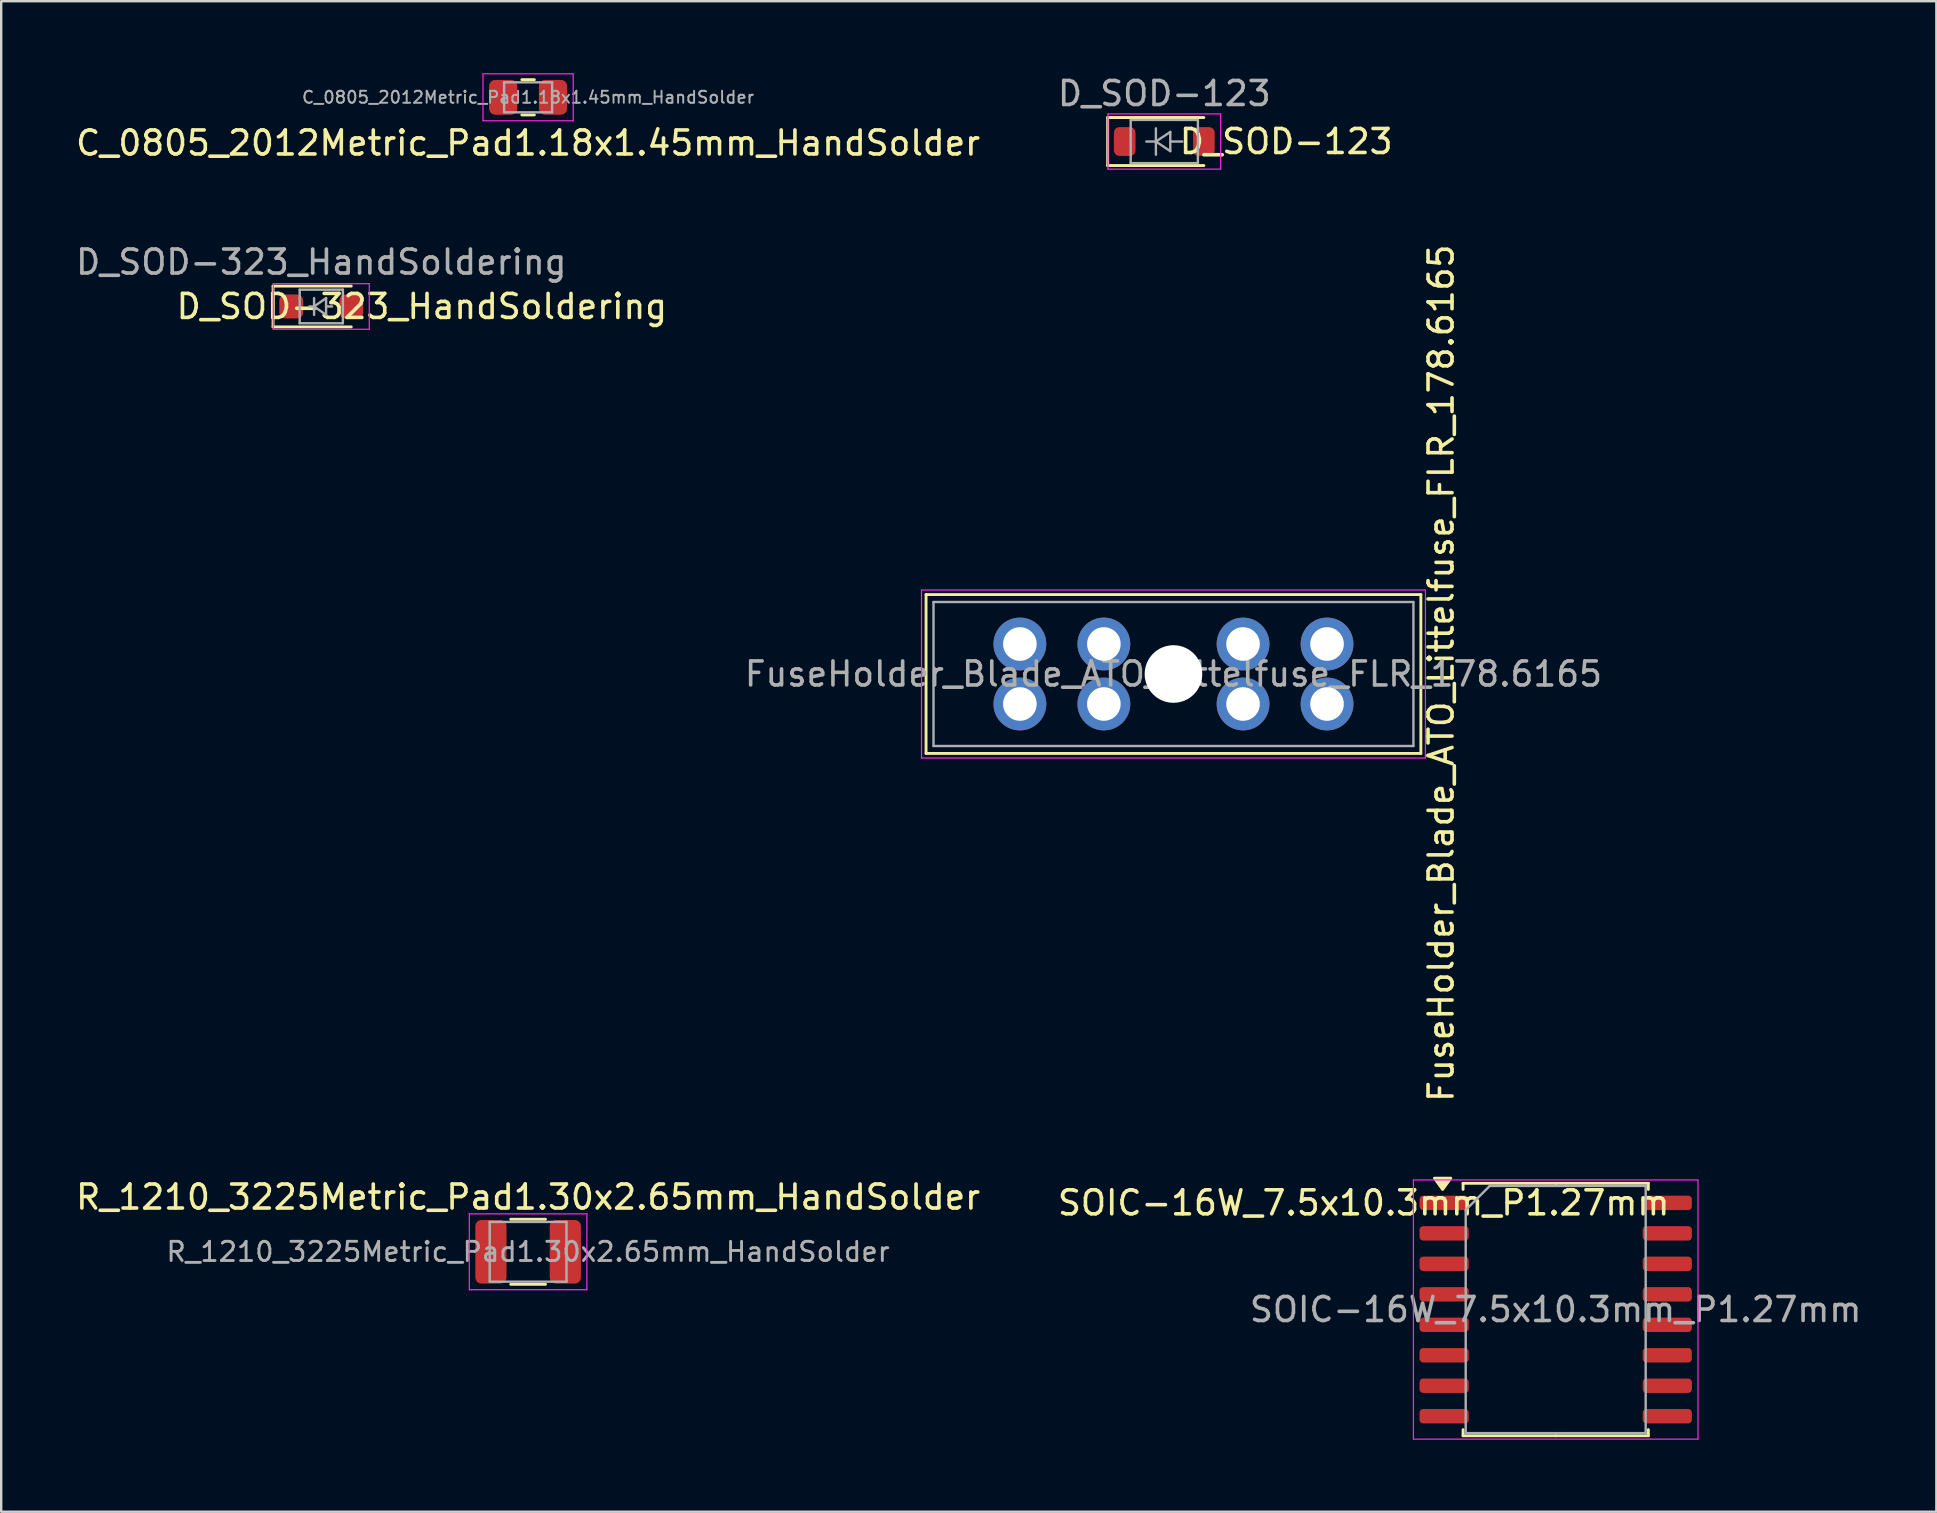
<source format=kicad_pcb>
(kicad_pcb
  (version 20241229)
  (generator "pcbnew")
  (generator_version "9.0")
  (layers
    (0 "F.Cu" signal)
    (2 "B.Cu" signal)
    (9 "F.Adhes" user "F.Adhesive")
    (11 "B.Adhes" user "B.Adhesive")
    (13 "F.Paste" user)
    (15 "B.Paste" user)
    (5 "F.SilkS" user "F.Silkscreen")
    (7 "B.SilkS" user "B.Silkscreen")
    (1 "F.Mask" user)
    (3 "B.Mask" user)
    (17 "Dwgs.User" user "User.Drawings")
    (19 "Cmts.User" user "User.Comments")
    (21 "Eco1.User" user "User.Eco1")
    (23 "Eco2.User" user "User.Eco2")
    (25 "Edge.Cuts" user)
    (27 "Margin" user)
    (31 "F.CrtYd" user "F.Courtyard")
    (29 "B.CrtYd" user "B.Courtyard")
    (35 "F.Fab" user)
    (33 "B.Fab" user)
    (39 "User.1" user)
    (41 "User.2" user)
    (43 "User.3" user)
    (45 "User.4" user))
  (footprint "R_1210_3225Metric_Pad1.30x2.65mm_HandSolder"
    (layer "F.Cu")
    (at 18.958 49.116)
    (property "Reference" "R_1210_3225Metric_Pad1.30x2.65mm_HandSolder" (at 0 -2.28 0) (layer "F.SilkS") (effects (font (size 1 1) (thickness 0.15))))
    (attr smd)
    (fp_line (start -0.724 -1.355) (end 0.724 -1.355) (stroke (width 0.12) (type solid)) (layer "F.SilkS"))
    (fp_line (start -0.724 1.355) (end 0.724 1.355) (stroke (width 0.12) (type solid)) (layer "F.SilkS"))
    (fp_line (start -2.45 -1.58) (end 2.45 -1.58) (stroke (width 0.05) (type solid)) (layer "F.CrtYd"))
    (fp_line (start -2.45 1.58) (end -2.45 -1.58) (stroke (width 0.05) (type solid)) (layer "F.CrtYd"))
    (fp_line (start 2.45 -1.58) (end 2.45 1.58) (stroke (width 0.05) (type solid)) (layer "F.CrtYd"))
    (fp_line (start 2.45 1.58) (end -2.45 1.58) (stroke (width 0.05) (type solid)) (layer "F.CrtYd"))
    (fp_line (start -1.6 -1.245) (end 1.6 -1.245) (stroke (width 0.1) (type solid)) (layer "F.Fab"))
    (fp_line (start -1.6 1.245) (end -1.6 -1.245) (stroke (width 0.1) (type solid)) (layer "F.Fab"))
    (fp_line (start 1.6 -1.245) (end 1.6 1.245) (stroke (width 0.1) (type solid)) (layer "F.Fab"))
    (fp_line (start 1.6 1.245) (end -1.6 1.245) (stroke (width 0.1) (type solid)) (layer "F.Fab"))
    (fp_text user "${REFERENCE}" (at 0 0 0) (layer "F.Fab") (effects (font (size 0.8 0.8) (thickness 0.12))))
    (pad "1" smd roundrect (at -1.55 0) (size 1.3 2.65) (layers "F.Cu" "F.Mask" "F.Paste") (roundrect_rratio 0.192))
    (pad "2" smd roundrect (at 1.55 0) (size 1.3 2.65) (layers "F.Cu" "F.Mask" "F.Paste") (roundrect_rratio 0.192)))
  (footprint "C_0805_2012Metric_Pad1.18x1.45mm_HandSolder"
    (layer "F.Cu")
    (at 18.958 1.005)
    (property "Reference" "C_0805_2012Metric_Pad1.18x1.45mm_HandSolder" (at 0 1.905 0) (layer "F.SilkS") (effects (font (size 1 1) (thickness 0.15))))
    (attr smd)
    (fp_line (start -0.261 -0.735) (end 0.261 -0.735) (stroke (width 0.12) (type solid)) (layer "F.SilkS"))
    (fp_line (start -0.261 0.735) (end 0.261 0.735) (stroke (width 0.12) (type solid)) (layer "F.SilkS"))
    (fp_line (start -1.88 -0.98) (end 1.88 -0.98) (stroke (width 0.05) (type solid)) (layer "F.CrtYd"))
    (fp_line (start -1.88 0.98) (end -1.88 -0.98) (stroke (width 0.05) (type solid)) (layer "F.CrtYd"))
    (fp_line (start 1.88 -0.98) (end 1.88 0.98) (stroke (width 0.05) (type solid)) (layer "F.CrtYd"))
    (fp_line (start 1.88 0.98) (end -1.88 0.98) (stroke (width 0.05) (type solid)) (layer "F.CrtYd"))
    (fp_line (start -1 -0.625) (end 1 -0.625) (stroke (width 0.1) (type solid)) (layer "F.Fab"))
    (fp_line (start -1 0.625) (end -1 -0.625) (stroke (width 0.1) (type solid)) (layer "F.Fab"))
    (fp_line (start 1 -0.625) (end 1 0.625) (stroke (width 0.1) (type solid)) (layer "F.Fab"))
    (fp_line (start 1 0.625) (end -1 0.625) (stroke (width 0.1) (type solid)) (layer "F.Fab"))
    (fp_text user "${REFERENCE}" (at 0 0 0) (layer "F.Fab") (effects (font (size 0.5 0.5) (thickness 0.08))))
    (pad "1" smd roundrect (at -1.038 0) (size 1.175 1.45) (layers "F.Cu" "F.Mask" "F.Paste") (roundrect_rratio 0.213))
    (pad "2" smd roundrect (at 1.038 0) (size 1.175 1.45) (layers "F.Cu" "F.Mask" "F.Paste") (roundrect_rratio 0.213)))
  (footprint "SOIC-16W_7.5x10.3mm_P1.27mm"
    (layer "F.Cu")
    (at 61.781 51.523)
    (property "Reference" "SOIC-16W_7.5x10.3mm_P1.27mm" (at -8.001 -4.445 180) (layer "F.SilkS") (effects (font (size 1 1) (thickness 0.15))))
    (attr smd)
    (fp_line (start -3.86 -5.26) (end -3.86 -5.005) (stroke (width 0.12) (type solid)) (layer "F.SilkS"))
    (fp_line (start -3.86 5.26) (end -3.86 5.005) (stroke (width 0.12) (type solid)) (layer "F.SilkS"))
    (fp_line (start 0 -5.26) (end -3.86 -5.26) (stroke (width 0.12) (type solid)) (layer "F.SilkS"))
    (fp_line (start 0 -5.26) (end 3.86 -5.26) (stroke (width 0.12) (type solid)) (layer "F.SilkS"))
    (fp_line (start 0 5.26) (end -3.86 5.26) (stroke (width 0.12) (type solid)) (layer "F.SilkS"))
    (fp_line (start 0 5.26) (end 3.86 5.26) (stroke (width 0.12) (type solid)) (layer "F.SilkS"))
    (fp_line (start 3.86 -5.26) (end 3.86 -5.005) (stroke (width 0.12) (type solid)) (layer "F.SilkS"))
    (fp_line (start 3.86 5.26) (end 3.86 5.005) (stroke (width 0.12) (type solid)) (layer "F.SilkS"))
    (fp_poly (pts (xy -4.713 -5.005) (xy -5.053 -5.475) (xy -4.372 -5.475) (xy -4.713 -5.005)) (stroke (width 0.12) (type solid)) (fill yes) (layer "F.SilkS"))
    (fp_line (start -5.93 -5.4) (end -5.93 5.4) (stroke (width 0.05) (type solid)) (layer "F.CrtYd"))
    (fp_line (start -5.93 5.4) (end 5.93 5.4) (stroke (width 0.05) (type solid)) (layer "F.CrtYd"))
    (fp_line (start 5.93 -5.4) (end -5.93 -5.4) (stroke (width 0.05) (type solid)) (layer "F.CrtYd"))
    (fp_line (start 5.93 5.4) (end 5.93 -5.4) (stroke (width 0.05) (type solid)) (layer "F.CrtYd"))
    (fp_line (start -3.75 -4.15) (end -2.75 -5.15) (stroke (width 0.1) (type solid)) (layer "F.Fab"))
    (fp_line (start -3.75 5.15) (end -3.75 -4.15) (stroke (width 0.1) (type solid)) (layer "F.Fab"))
    (fp_line (start -2.75 -5.15) (end 3.75 -5.15) (stroke (width 0.1) (type solid)) (layer "F.Fab"))
    (fp_line (start 3.75 -5.15) (end 3.75 5.15) (stroke (width 0.1) (type solid)) (layer "F.Fab"))
    (fp_line (start 3.75 5.15) (end -3.75 5.15) (stroke (width 0.1) (type solid)) (layer "F.Fab"))
    (fp_text user "${REFERENCE}" (at 0 0 0) (layer "F.Fab") (effects (font (size 1 1) (thickness 0.15))))
    (pad "1" smd roundrect (at -4.65 -4.445) (size 2.05 0.6) (layers "F.Cu" "F.Mask" "F.Paste") (roundrect_rratio 0.25))
    (pad "2" smd roundrect (at -4.65 -3.175) (size 2.05 0.6) (layers "F.Cu" "F.Mask" "F.Paste") (roundrect_rratio 0.25))
    (pad "3" smd roundrect (at -4.65 -1.905) (size 2.05 0.6) (layers "F.Cu" "F.Mask" "F.Paste") (roundrect_rratio 0.25))
    (pad "4" smd roundrect (at -4.65 -0.635) (size 2.05 0.6) (layers "F.Cu" "F.Mask" "F.Paste") (roundrect_rratio 0.25))
    (pad "5" smd roundrect (at -4.65 0.635) (size 2.05 0.6) (layers "F.Cu" "F.Mask" "F.Paste") (roundrect_rratio 0.25))
    (pad "6" smd roundrect (at -4.65 1.905) (size 2.05 0.6) (layers "F.Cu" "F.Mask" "F.Paste") (roundrect_rratio 0.25))
    (pad "7" smd roundrect (at -4.65 3.175) (size 2.05 0.6) (layers "F.Cu" "F.Mask" "F.Paste") (roundrect_rratio 0.25))
    (pad "8" smd roundrect (at -4.65 4.445) (size 2.05 0.6) (layers "F.Cu" "F.Mask" "F.Paste") (roundrect_rratio 0.25))
    (pad "9" smd roundrect (at 4.65 4.445) (size 2.05 0.6) (layers "F.Cu" "F.Mask" "F.Paste") (roundrect_rratio 0.25))
    (pad "10" smd roundrect (at 4.65 3.175) (size 2.05 0.6) (layers "F.Cu" "F.Mask" "F.Paste") (roundrect_rratio 0.25))
    (pad "11" smd roundrect (at 4.65 1.905) (size 2.05 0.6) (layers "F.Cu" "F.Mask" "F.Paste") (roundrect_rratio 0.25))
    (pad "12" smd roundrect (at 4.65 0.635) (size 2.05 0.6) (layers "F.Cu" "F.Mask" "F.Paste") (roundrect_rratio 0.25))
    (pad "13" smd roundrect (at 4.65 -0.635) (size 2.05 0.6) (layers "F.Cu" "F.Mask" "F.Paste") (roundrect_rratio 0.25))
    (pad "14" smd roundrect (at 4.65 -1.905) (size 2.05 0.6) (layers "F.Cu" "F.Mask" "F.Paste") (roundrect_rratio 0.25))
    (pad "15" smd roundrect (at 4.65 -3.175) (size 2.05 0.6) (layers "F.Cu" "F.Mask" "F.Paste") (roundrect_rratio 0.25))
    (pad "16" smd roundrect (at 4.65 -4.445) (size 2.05 0.6) (layers "F.Cu" "F.Mask" "F.Paste") (roundrect_rratio 0.25)))
  (footprint "D_SOD-123"
    (layer "F.Cu")
    (at 45.47 2.848)
    (property "Reference" "D_SOD-123" (at 5.08 0 180) (layer "F.SilkS") (effects (font (size 1 1) (thickness 0.15))))
    (attr smd)
    (fp_line (start -2.36 -1) (end -2.36 1) (stroke (width 0.12) (type solid)) (layer "F.SilkS"))
    (fp_line (start -2.36 -1) (end 1.65 -1) (stroke (width 0.12) (type solid)) (layer "F.SilkS"))
    (fp_line (start -2.36 1) (end 1.65 1) (stroke (width 0.12) (type solid)) (layer "F.SilkS"))
    (fp_line (start -2.35 -1.15) (end -2.35 1.15) (stroke (width 0.05) (type solid)) (layer "F.CrtYd"))
    (fp_line (start -2.35 -1.15) (end 2.35 -1.15) (stroke (width 0.05) (type solid)) (layer "F.CrtYd"))
    (fp_line (start 2.35 -1.15) (end 2.35 1.15) (stroke (width 0.05) (type solid)) (layer "F.CrtYd"))
    (fp_line (start 2.35 1.15) (end -2.35 1.15) (stroke (width 0.05) (type solid)) (layer "F.CrtYd"))
    (fp_line (start -1.4 -0.9) (end 1.4 -0.9) (stroke (width 0.1) (type solid)) (layer "F.Fab"))
    (fp_line (start -1.4 0.9) (end -1.4 -0.9) (stroke (width 0.1) (type solid)) (layer "F.Fab"))
    (fp_line (start -0.75 0) (end -0.35 0) (stroke (width 0.1) (type solid)) (layer "F.Fab"))
    (fp_line (start -0.35 0) (end -0.35 -0.55) (stroke (width 0.1) (type solid)) (layer "F.Fab"))
    (fp_line (start -0.35 0) (end -0.35 0.55) (stroke (width 0.1) (type solid)) (layer "F.Fab"))
    (fp_line (start -0.35 0) (end 0.25 -0.4) (stroke (width 0.1) (type solid)) (layer "F.Fab"))
    (fp_line (start 0.25 -0.4) (end 0.25 0.4) (stroke (width 0.1) (type solid)) (layer "F.Fab"))
    (fp_line (start 0.25 0) (end 0.75 0) (stroke (width 0.1) (type solid)) (layer "F.Fab"))
    (fp_line (start 0.25 0.4) (end -0.35 0) (stroke (width 0.1) (type solid)) (layer "F.Fab"))
    (fp_line (start 1.4 -0.9) (end 1.4 0.9) (stroke (width 0.1) (type solid)) (layer "F.Fab"))
    (fp_line (start 1.4 0.9) (end -1.4 0.9) (stroke (width 0.1) (type solid)) (layer "F.Fab"))
    (fp_text user "${REFERENCE}" (at 0 -2 180) (layer "F.Fab") (effects (font (size 1 1) (thickness 0.15))))
    (pad "1" smd roundrect (at -1.65 0) (size 0.9 1.2) (layers "F.Cu" "F.Mask" "F.Paste") (roundrect_rratio 0.25))
    (pad "2" smd roundrect (at 1.65 0) (size 0.9 1.2) (layers "F.Cu" "F.Mask" "F.Paste") (roundrect_rratio 0.25)))
  (footprint "FuseHolder_Blade_ATO_Littelfuse_FLR_178.6165"
    (layer "F.Cu")
    (at 39.452 23.788)
    (property "Reference" "FuseHolder_Blade_ATO_Littelfuse_FLR_178.6165" (at 17.554 1.217 90) (unlocked yes) (layer "F.SilkS") (effects (font (size 1 1) (thickness 0.15))))
    (attr through_hole)
    (fp_line (start -3.91 -2.06) (end 16.71 -2.06) (stroke (width 0.12) (type solid)) (layer "F.SilkS"))
    (fp_line (start -3.91 4.56) (end -3.91 -2.06) (stroke (width 0.12) (type solid)) (layer "F.SilkS"))
    (fp_line (start 16.71 -2.06) (end 16.71 4.56) (stroke (width 0.12) (type solid)) (layer "F.SilkS"))
    (fp_line (start 16.71 4.56) (end -3.91 4.56) (stroke (width 0.12) (type solid)) (layer "F.SilkS"))
    (fp_line (start -4.1 -2.25) (end 16.9 -2.25) (stroke (width 0.05) (type default)) (layer "F.CrtYd"))
    (fp_line (start -4.1 4.75) (end -4.1 -2.25) (stroke (width 0.05) (type default)) (layer "F.CrtYd"))
    (fp_line (start 16.9 -2.25) (end 16.9 4.75) (stroke (width 0.05) (type default)) (layer "F.CrtYd"))
    (fp_line (start 16.9 4.75) (end -4.1 4.75) (stroke (width 0.05) (type default)) (layer "F.CrtYd"))
    (fp_line (start -3.6 -1.75) (end 16.4 -1.75) (stroke (width 0.1) (type solid)) (layer "F.Fab"))
    (fp_line (start -3.6 4.25) (end -3.6 -1.75) (stroke (width 0.1) (type solid)) (layer "F.Fab"))
    (fp_line (start 16.4 -1.75) (end 16.4 4.25) (stroke (width 0.1) (type solid)) (layer "F.Fab"))
    (fp_line (start 16.4 4.25) (end -3.6 4.25) (stroke (width 0.1) (type solid)) (layer "F.Fab"))
    (fp_text user "${REFERENCE}" (at 6.4 1.25 180) (layer "F.Fab") (effects (font (size 1 1) (thickness 0.15))))
    (pad "" np_thru_hole circle (at 6.4 1.25) (size 2.4 2.4) (drill 2.4) (layers "*.Cu" "*.Mask"))
    (pad "1" thru_hole circle (at 0 0) (size 2.2 2.2) (drill 1.4) (layers "*.Cu" "*.Mask"))
    (pad "1" thru_hole circle (at 0 2.5) (size 2.2 2.2) (drill 1.4) (layers "*.Cu" "*.Mask"))
    (pad "1" thru_hole circle (at 3.5 0) (size 2.2 2.2) (drill 1.4) (layers "*.Cu" "*.Mask"))
    (pad "1" thru_hole circle (at 3.5 2.5) (size 2.2 2.2) (drill 1.4) (layers "*.Cu" "*.Mask"))
    (pad "2" thru_hole circle (at 9.3 0) (size 2.2 2.2) (drill 1.4) (layers "*.Cu" "*.Mask"))
    (pad "2" thru_hole circle (at 9.3 2.5) (size 2.2 2.2) (drill 1.4) (layers "*.Cu" "*.Mask"))
    (pad "2" thru_hole circle (at 12.8 0) (size 2.2 2.2) (drill 1.4) (layers "*.Cu" "*.Mask"))
    (pad "2" thru_hole circle (at 12.8 2.5) (size 2.2 2.2) (drill 1.4) (layers "*.Cu" "*.Mask")))
  (footprint "D_SOD-323_HandSoldering"
    (layer "F.Cu")
    (at 10.339 9.722)
    (property "Reference" "D_SOD-323_HandSoldering" (at 4.191 0 0) (layer "F.SilkS") (effects (font (size 1 1) (thickness 0.15))))
    (attr smd)
    (fp_line (start -2.01 -0.85) (end -2.01 0.85) (stroke (width 0.12) (type solid)) (layer "F.SilkS"))
    (fp_line (start -2.01 -0.85) (end 1.25 -0.85) (stroke (width 0.12) (type solid)) (layer "F.SilkS"))
    (fp_line (start -2.01 0.85) (end 1.25 0.85) (stroke (width 0.12) (type solid)) (layer "F.SilkS"))
    (fp_line (start -2 -0.95) (end -2 0.95) (stroke (width 0.05) (type solid)) (layer "F.CrtYd"))
    (fp_line (start -2 -0.95) (end 2 -0.95) (stroke (width 0.05) (type solid)) (layer "F.CrtYd"))
    (fp_line (start -2 0.95) (end 2 0.95) (stroke (width 0.05) (type solid)) (layer "F.CrtYd"))
    (fp_line (start 2 -0.95) (end 2 0.95) (stroke (width 0.05) (type solid)) (layer "F.CrtYd"))
    (fp_line (start -0.9 -0.7) (end 0.9 -0.7) (stroke (width 0.1) (type solid)) (layer "F.Fab"))
    (fp_line (start -0.9 0.7) (end -0.9 -0.7) (stroke (width 0.1) (type solid)) (layer "F.Fab"))
    (fp_line (start -0.3 -0.35) (end -0.3 0.35) (stroke (width 0.1) (type solid)) (layer "F.Fab"))
    (fp_line (start -0.3 0) (end -0.5 0) (stroke (width 0.1) (type solid)) (layer "F.Fab"))
    (fp_line (start -0.3 0) (end 0.2 -0.35) (stroke (width 0.1) (type solid)) (layer "F.Fab"))
    (fp_line (start 0.2 -0.35) (end 0.2 0.35) (stroke (width 0.1) (type solid)) (layer "F.Fab"))
    (fp_line (start 0.2 0) (end 0.45 0) (stroke (width 0.1) (type solid)) (layer "F.Fab"))
    (fp_line (start 0.2 0.35) (end -0.3 0) (stroke (width 0.1) (type solid)) (layer "F.Fab"))
    (fp_line (start 0.9 -0.7) (end 0.9 0.7) (stroke (width 0.1) (type solid)) (layer "F.Fab"))
    (fp_line (start 0.9 0.7) (end -0.9 0.7) (stroke (width 0.1) (type solid)) (layer "F.Fab"))
    (fp_text user "${REFERENCE}" (at 0 -1.85 180) (layer "F.Fab") (effects (font (size 1 1) (thickness 0.15))))
    (pad "1" smd roundrect (at -1.25 0) (size 1 1) (layers "F.Cu" "F.Mask" "F.Paste") (roundrect_rratio 0.25))
    (pad "2" smd roundrect (at 1.25 0) (size 1 1) (layers "F.Cu" "F.Mask" "F.Paste") (roundrect_rratio 0.25)))
  (gr_rect
    (start -3 -3)
    (end 77.644 59.948)
    (stroke (width 0.1) (type default))
    (fill no)
    (layer "Edge.Cuts")))
</source>
